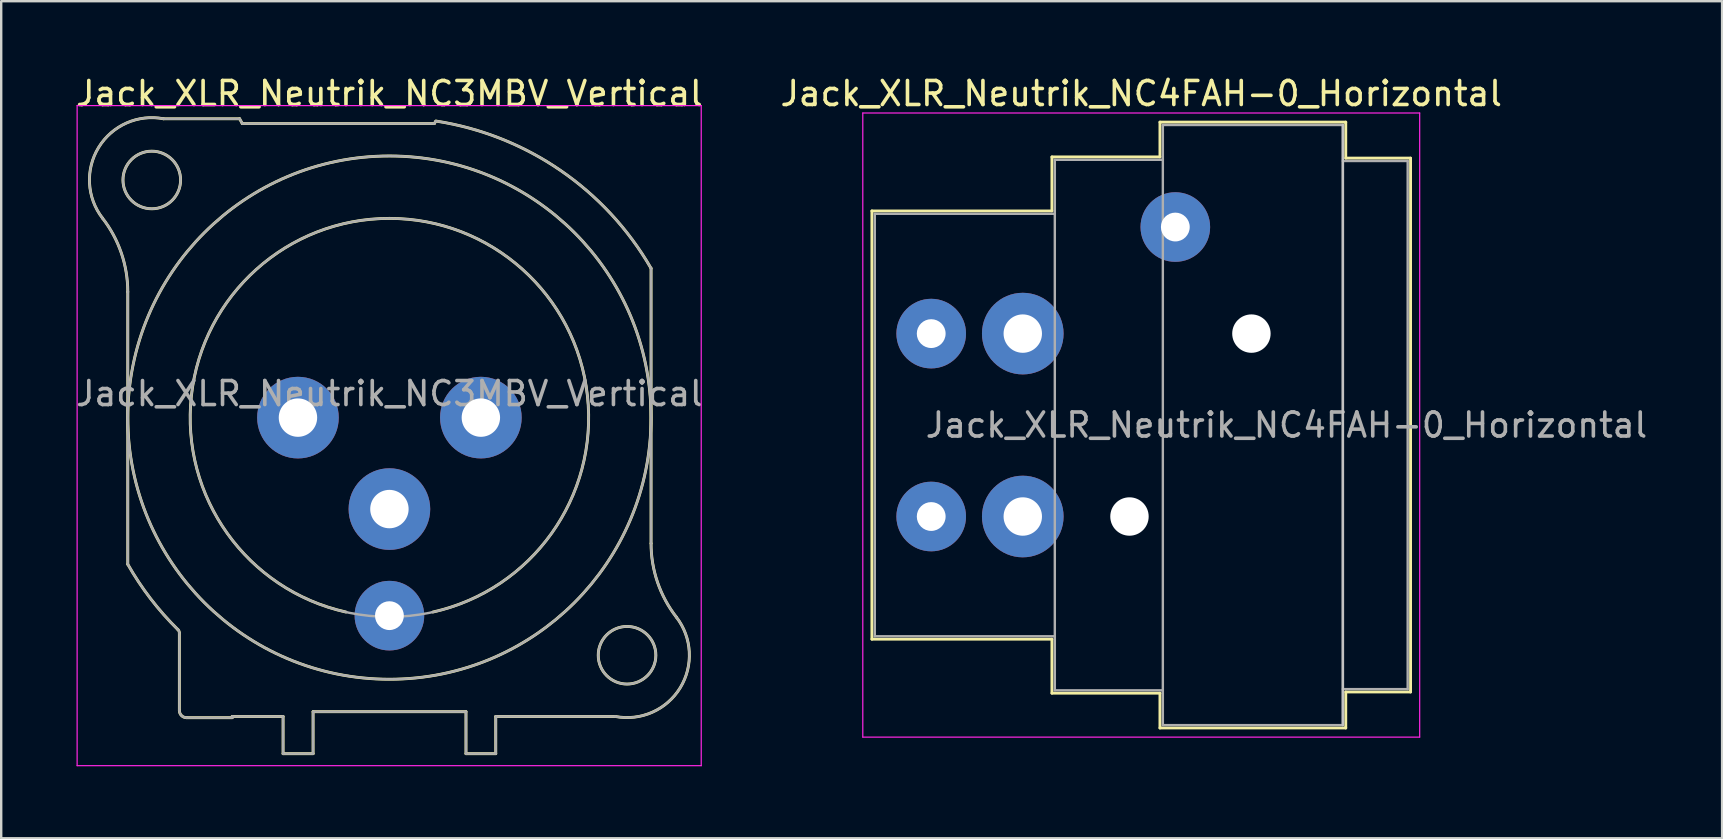
<source format=kicad_pcb>
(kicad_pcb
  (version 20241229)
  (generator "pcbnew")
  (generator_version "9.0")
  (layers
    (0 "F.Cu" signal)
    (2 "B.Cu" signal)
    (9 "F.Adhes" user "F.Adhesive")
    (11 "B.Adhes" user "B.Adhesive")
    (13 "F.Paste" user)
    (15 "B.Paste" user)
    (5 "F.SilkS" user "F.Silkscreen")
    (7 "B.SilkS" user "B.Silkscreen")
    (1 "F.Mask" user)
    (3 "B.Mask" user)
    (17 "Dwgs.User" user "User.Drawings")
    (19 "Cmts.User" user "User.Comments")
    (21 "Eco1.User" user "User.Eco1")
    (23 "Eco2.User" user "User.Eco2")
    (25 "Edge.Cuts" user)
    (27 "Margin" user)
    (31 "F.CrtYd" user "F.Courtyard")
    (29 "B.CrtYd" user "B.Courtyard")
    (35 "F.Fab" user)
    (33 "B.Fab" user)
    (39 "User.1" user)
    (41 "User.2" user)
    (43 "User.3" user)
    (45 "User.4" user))
  (footprint "Jack_XLR_Neutrik_NC3MBV_Vertical"
    (layer "F.Cu")
    (at 9.363 14.348)
    (property "Reference" "Jack_XLR_Neutrik_NC3MBV_Vertical" (at 3.81 -13.5 0) (layer "F.SilkS") (effects (font (size 1 1) (thickness 0.15))))
    (attr through_hole)
    (fp_line (start -7.09 -5.24) (end -7.09 6.11) (stroke (width 0.12) (type solid)) (layer "F.SilkS"))
    (fp_line (start -4.94 12.2) (end -4.94 8.98) (stroke (width 0.12) (type solid)) (layer "F.SilkS"))
    (fp_line (start -4.64 12.5) (end -2.74 12.5) (stroke (width 0.12) (type solid)) (layer "F.SilkS"))
    (fp_line (start -2.74 12.45) (end -0.62 12.45) (stroke (width 0.12) (type solid)) (layer "F.SilkS"))
    (fp_line (start -2.74 12.5) (end -2.74 12.45) (stroke (width 0.12) (type solid)) (layer "F.SilkS"))
    (fp_line (start -2.43 -12.45) (end -5.6 -12.45) (stroke (width 0.12) (type solid)) (layer "F.SilkS"))
    (fp_line (start -2.32 -12.25) (end -2.43 -12.45) (stroke (width 0.12) (type solid)) (layer "F.SilkS"))
    (fp_line (start -0.62 12.45) (end -0.62 14) (stroke (width 0.12) (type solid)) (layer "F.SilkS"))
    (fp_line (start 0.63 12.25) (end 0.63 14) (stroke (width 0.12) (type solid)) (layer "F.SilkS"))
    (fp_line (start 0.63 12.25) (end 7 12.25) (stroke (width 0.12) (type solid)) (layer "F.SilkS"))
    (fp_line (start 0.63 14) (end -0.62 14) (stroke (width 0.12) (type solid)) (layer "F.SilkS"))
    (fp_line (start 5.68 -12.25) (end -2.32 -12.25) (stroke (width 0.12) (type solid)) (layer "F.SilkS"))
    (fp_line (start 5.74 -12.35) (end 5.68 -12.25) (stroke (width 0.12) (type solid)) (layer "F.SilkS"))
    (fp_line (start 7 12.25) (end 7 14) (stroke (width 0.12) (type solid)) (layer "F.SilkS"))
    (fp_line (start 8.24 12.45) (end 8.24 14) (stroke (width 0.12) (type solid)) (layer "F.SilkS"))
    (fp_line (start 8.24 12.45) (end 13.22 12.45) (stroke (width 0.12) (type solid)) (layer "F.SilkS"))
    (fp_line (start 8.24 14) (end 7 14) (stroke (width 0.12) (type solid)) (layer "F.SilkS"))
    (fp_line (start 14.71 5.24) (end 14.71 -6.22) (stroke (width 0.12) (type solid)) (layer "F.SilkS"))
    (fp_arc (start -8.14458 -8.311426) (mid -7.360989 -6.863715) (end -7.09 -5.24) (stroke (width 0.12) (type solid)) (layer "F.SilkS"))
    (fp_arc (start -8.141124 -8.307677) (mid -8.303366 -11.257798) (end -5.6 -12.45) (stroke (width 0.12) (type solid)) (layer "F.SilkS"))
    (fp_arc (start -4.999944 8.832139) (mid -4.954594 8.899835) (end -4.94 8.98) (stroke (width 0.12) (type solid)) (layer "F.SilkS"))
    (fp_arc (start -4.999718 8.833849) (mid -6.1389 7.544091) (end -7.09 6.11) (stroke (width 0.12) (type solid)) (layer "F.SilkS"))
    (fp_arc (start -4.64 12.5) (mid -4.852132 12.412132) (end -4.94 12.2) (stroke (width 0.12) (type solid)) (layer "F.SilkS"))
    (fp_arc (start 2 8.1) (mid 3.809449 -8.299765) (end 5.621075 8.09976) (stroke (width 0.12) (type solid)) (layer "F.SilkS"))
    (fp_arc (start 5.753207 -12.354269) (mid 10.928439 -10.304601) (end 14.71 -6.22) (stroke (width 0.12) (type solid)) (layer "F.SilkS"))
    (fp_arc (start 15.761124 8.307677) (mid 15.923366 11.257798) (end 13.22 12.45) (stroke (width 0.12) (type solid)) (layer "F.SilkS"))
    (fp_arc (start 15.76458 8.311426) (mid 14.980989 6.863715) (end 14.71 5.24) (stroke (width 0.12) (type solid)) (layer "F.SilkS"))
    (fp_circle (center -6.09 -9.9) (end -4.89 -9.9) (stroke (width 0.12) (type solid)) (fill no) (layer "F.SilkS"))
    (fp_circle (center 3.81 0) (end 14.71 0) (stroke (width 0.12) (type solid)) (fill no) (layer "F.SilkS"))
    (fp_circle (center 13.71 9.9) (end 14.91 9.9) (stroke (width 0.12) (type solid)) (fill no) (layer "F.SilkS"))
    (fp_line (start -9.2 -13) (end 16.8 -13) (stroke (width 0.05) (type solid)) (layer "F.CrtYd"))
    (fp_line (start -9.2 14.5) (end -9.2 -13) (stroke (width 0.05) (type solid)) (layer "F.CrtYd"))
    (fp_line (start 16.8 -13) (end 16.8 14.5) (stroke (width 0.05) (type solid)) (layer "F.CrtYd"))
    (fp_line (start 16.8 14.5) (end -9.2 14.5) (stroke (width 0.05) (type solid)) (layer "F.CrtYd"))
    (fp_line (start -7.09 -5.24) (end -7.09 6.11) (stroke (width 0.1) (type solid)) (layer "F.Fab"))
    (fp_line (start -4.94 12.2) (end -4.94 8.98) (stroke (width 0.1) (type solid)) (layer "F.Fab"))
    (fp_line (start -4.64 12.5) (end -2.74 12.5) (stroke (width 0.1) (type solid)) (layer "F.Fab"))
    (fp_line (start -2.74 12.45) (end -0.62 12.45) (stroke (width 0.1) (type solid)) (layer "F.Fab"))
    (fp_line (start -2.74 12.5) (end -2.74 12.45) (stroke (width 0.1) (type solid)) (layer "F.Fab"))
    (fp_line (start -2.43 -12.45) (end -5.6 -12.45) (stroke (width 0.1) (type solid)) (layer "F.Fab"))
    (fp_line (start -2.32 -12.25) (end -2.43 -12.45) (stroke (width 0.1) (type solid)) (layer "F.Fab"))
    (fp_line (start -0.62 12.45) (end -0.62 14) (stroke (width 0.1) (type solid)) (layer "F.Fab"))
    (fp_line (start 0.63 12.25) (end 0.63 14) (stroke (width 0.1) (type solid)) (layer "F.Fab"))
    (fp_line (start 0.63 12.25) (end 7 12.25) (stroke (width 0.1) (type solid)) (layer "F.Fab"))
    (fp_line (start 0.63 14) (end -0.62 14) (stroke (width 0.1) (type solid)) (layer "F.Fab"))
    (fp_line (start 5.68 -12.25) (end -2.32 -12.25) (stroke (width 0.1) (type solid)) (layer "F.Fab"))
    (fp_line (start 5.74 -12.35) (end 5.68 -12.25) (stroke (width 0.1) (type solid)) (layer "F.Fab"))
    (fp_line (start 7 12.25) (end 7 14) (stroke (width 0.1) (type solid)) (layer "F.Fab"))
    (fp_line (start 8.24 12.45) (end 8.24 14) (stroke (width 0.1) (type solid)) (layer "F.Fab"))
    (fp_line (start 8.24 12.45) (end 13.22 12.45) (stroke (width 0.1) (type solid)) (layer "F.Fab"))
    (fp_line (start 8.24 14) (end 7 14) (stroke (width 0.1) (type solid)) (layer "F.Fab"))
    (fp_line (start 14.71 5.24) (end 14.71 -6.22) (stroke (width 0.1) (type solid)) (layer "F.Fab"))
    (fp_arc (start -8.14458 -8.311426) (mid -7.360989 -6.863715) (end -7.09 -5.24) (stroke (width 0.1) (type solid)) (layer "F.Fab"))
    (fp_arc (start -8.141124 -8.307677) (mid -8.303366 -11.257798) (end -5.6 -12.45) (stroke (width 0.1) (type solid)) (layer "F.Fab"))
    (fp_arc (start -4.999944 8.832139) (mid -4.954594 8.899835) (end -4.94 8.98) (stroke (width 0.1) (type solid)) (layer "F.Fab"))
    (fp_arc (start -4.999718 8.833849) (mid -6.1389 7.544091) (end -7.09 6.11) (stroke (width 0.1) (type solid)) (layer "F.Fab"))
    (fp_arc (start -4.64 12.5) (mid -4.852132 12.412132) (end -4.94 12.2) (stroke (width 0.1) (type solid)) (layer "F.Fab"))
    (fp_arc (start 5.753207 -12.354269) (mid 10.928439 -10.304601) (end 14.71 -6.22) (stroke (width 0.1) (type solid)) (layer "F.Fab"))
    (fp_arc (start 15.761124 8.307677) (mid 15.923366 11.257798) (end 13.22 12.45) (stroke (width 0.1) (type solid)) (layer "F.Fab"))
    (fp_arc (start 15.76458 8.311426) (mid 14.980989 6.863715) (end 14.71 5.24) (stroke (width 0.1) (type solid)) (layer "F.Fab"))
    (fp_circle (center -6.09 -9.9) (end -4.89 -9.9) (stroke (width 0.1) (type solid)) (fill no) (layer "F.Fab"))
    (fp_circle (center 3.81 0) (end 12.11 0) (stroke (width 0.1) (type solid)) (fill no) (layer "F.Fab"))
    (fp_circle (center 3.81 0) (end 14.71 0) (stroke (width 0.1) (type solid)) (fill no) (layer "F.Fab"))
    (fp_circle (center 13.71 9.9) (end 14.91 9.9) (stroke (width 0.1) (type solid)) (fill no) (layer "F.Fab"))
    (fp_text user "${REFERENCE}" (at 3.81 -1 0) (layer "F.Fab") (effects (font (size 1 1) (thickness 0.15))))
    (pad "1" thru_hole circle (at 0 0) (size 3.4 3.4) (drill 1.6) (layers "*.Cu" "*.Mask"))
    (pad "2" thru_hole circle (at 7.62 0) (size 3.4 3.4) (drill 1.6) (layers "*.Cu" "*.Mask"))
    (pad "3" thru_hole circle (at 3.81 3.81) (size 3.4 3.4) (drill 1.6) (layers "*.Cu" "*.Mask"))
    (pad "G" thru_hole circle (at 3.81 8.25) (size 2.9 2.9) (drill 1.2) (layers "*.Cu" "*.Mask")))
  (footprint "Jack_XLR_Neutrik_NC4FAH-0_Horizontal"
    (layer "F.Cu")
    (at 35.744 10.848)
    (property "Reference" "Jack_XLR_Neutrik_NC4FAH-0_Horizontal" (at 8.75 -10 0) (layer "F.SilkS") (effects (font (size 1 1) (thickness 0.15))))
    (attr through_hole)
    (fp_line (start -2.47 -5.11) (end -2.47 12.73) (stroke (width 0.12) (type solid)) (layer "F.SilkS"))
    (fp_line (start 5.03 -5.11) (end -2.47 -5.11) (stroke (width 0.12) (type solid)) (layer "F.SilkS"))
    (fp_line (start 5.03 -5.11) (end 5.03 -7.36) (stroke (width 0.12) (type solid)) (layer "F.SilkS"))
    (fp_line (start 5.03 12.73) (end -2.47 12.73) (stroke (width 0.12) (type solid)) (layer "F.SilkS"))
    (fp_line (start 5.03 12.73) (end 5.03 14.98) (stroke (width 0.12) (type solid)) (layer "F.SilkS"))
    (fp_line (start 9.53 -7.36) (end 5.03 -7.36) (stroke (width 0.12) (type solid)) (layer "F.SilkS"))
    (fp_line (start 9.53 -7.36) (end 9.53 -8.81) (stroke (width 0.12) (type solid)) (layer "F.SilkS"))
    (fp_line (start 9.53 14.98) (end 5.03 14.98) (stroke (width 0.12) (type solid)) (layer "F.SilkS"))
    (fp_line (start 9.53 16.43) (end 9.53 14.98) (stroke (width 0.12) (type solid)) (layer "F.SilkS"))
    (fp_line (start 17.27 -8.81) (end 9.53 -8.81) (stroke (width 0.12) (type solid)) (layer "F.SilkS"))
    (fp_line (start 17.27 -8.81) (end 17.27 -7.31) (stroke (width 0.12) (type solid)) (layer "F.SilkS"))
    (fp_line (start 17.27 -7.31) (end 19.97 -7.31) (stroke (width 0.12) (type solid)) (layer "F.SilkS"))
    (fp_line (start 17.27 14.93) (end 17.27 16.43) (stroke (width 0.12) (type solid)) (layer "F.SilkS"))
    (fp_line (start 17.27 14.93) (end 19.97 14.93) (stroke (width 0.12) (type solid)) (layer "F.SilkS"))
    (fp_line (start 17.27 16.43) (end 9.53 16.43) (stroke (width 0.12) (type solid)) (layer "F.SilkS"))
    (fp_line (start 19.97 -7.31) (end 19.97 14.93) (stroke (width 0.12) (type solid)) (layer "F.SilkS"))
    (fp_line (start 17.15 -8.69) (end 17.15 16.31) (stroke (width 0.1) (type solid)) (layer "Dwgs.User"))
    (fp_line (start -2.85 -9.19) (end -2.85 16.81) (stroke (width 0.05) (type solid)) (layer "F.CrtYd"))
    (fp_line (start 20.35 -9.19) (end -2.85 -9.19) (stroke (width 0.05) (type solid)) (layer "F.CrtYd"))
    (fp_line (start 20.35 -9.19) (end 20.35 16.81) (stroke (width 0.05) (type solid)) (layer "F.CrtYd"))
    (fp_line (start 20.35 16.81) (end -2.85 16.81) (stroke (width 0.05) (type solid)) (layer "F.CrtYd"))
    (fp_line (start -2.35 -4.99) (end -2.35 12.61) (stroke (width 0.1) (type solid)) (layer "F.Fab"))
    (fp_line (start 5.15 -4.99) (end -2.35 -4.99) (stroke (width 0.1) (type solid)) (layer "F.Fab"))
    (fp_line (start 5.15 12.61) (end -2.35 12.61) (stroke (width 0.1) (type solid)) (layer "F.Fab"))
    (fp_line (start 5.15 14.86) (end 5.15 -7.24) (stroke (width 0.1) (type solid)) (layer "F.Fab"))
    (fp_line (start 5.15 14.86) (end 9.65 14.86) (stroke (width 0.1) (type solid)) (layer "F.Fab"))
    (fp_line (start 9.65 -8.69) (end 17.15 -8.69) (stroke (width 0.1) (type solid)) (layer "F.Fab"))
    (fp_line (start 9.65 -7.24) (end 5.15 -7.24) (stroke (width 0.1) (type solid)) (layer "F.Fab"))
    (fp_line (start 9.65 16.31) (end 9.65 -8.69) (stroke (width 0.1) (type solid)) (layer "F.Fab"))
    (fp_line (start 17.15 -8.69) (end 17.15 16.31) (stroke (width 0.1) (type solid)) (layer "F.Fab"))
    (fp_line (start 17.15 -7.19) (end 19.85 -7.19) (stroke (width 0.1) (type solid)) (layer "F.Fab"))
    (fp_line (start 17.15 16.31) (end 9.65 16.31) (stroke (width 0.1) (type solid)) (layer "F.Fab"))
    (fp_line (start 19.85 -7.19) (end 19.85 14.81) (stroke (width 0.1) (type solid)) (layer "F.Fab"))
    (fp_line (start 19.85 14.81) (end 17.15 14.81) (stroke (width 0.1) (type solid)) (layer "F.Fab"))
    (fp_text user "${REFERENCE}" (at 14.8 3.81 0) (layer "F.Fab") (effects (font (size 1 1) (thickness 0.15))))
    (pad "" np_thru_hole circle (at 8.26 7.62) (size 1.6 1.6) (drill 1.6) (layers "*.Cu" "*.Mask"))
    (pad "" np_thru_hole circle (at 13.34 0) (size 1.6 1.6) (drill 1.6) (layers "*.Cu" "*.Mask"))
    (pad "1" thru_hole circle (at 0 0) (size 2.9 2.9) (drill 1.2) (layers "*.Cu" "*.Mask"))
    (pad "2" thru_hole circle (at 3.815 0) (size 3.4 3.4) (drill 1.6) (layers "*.Cu" "*.Mask"))
    (pad "3" thru_hole circle (at 3.815 7.62) (size 3.4 3.4) (drill 1.6) (layers "*.Cu" "*.Mask"))
    (pad "4" thru_hole circle (at 0 7.62) (size 2.9 2.9) (drill 1.2) (layers "*.Cu" "*.Mask"))
    (pad "G" thru_hole circle (at 10.17 -4.44) (size 2.9 2.9) (drill 1.2) (layers "*.Cu" "*.Mask")))
  (gr_rect
    (start -3 -3)
    (end 68.693 31.873)
    (stroke (width 0.1) (type default))
    (fill no)
    (layer "Edge.Cuts")))
</source>
